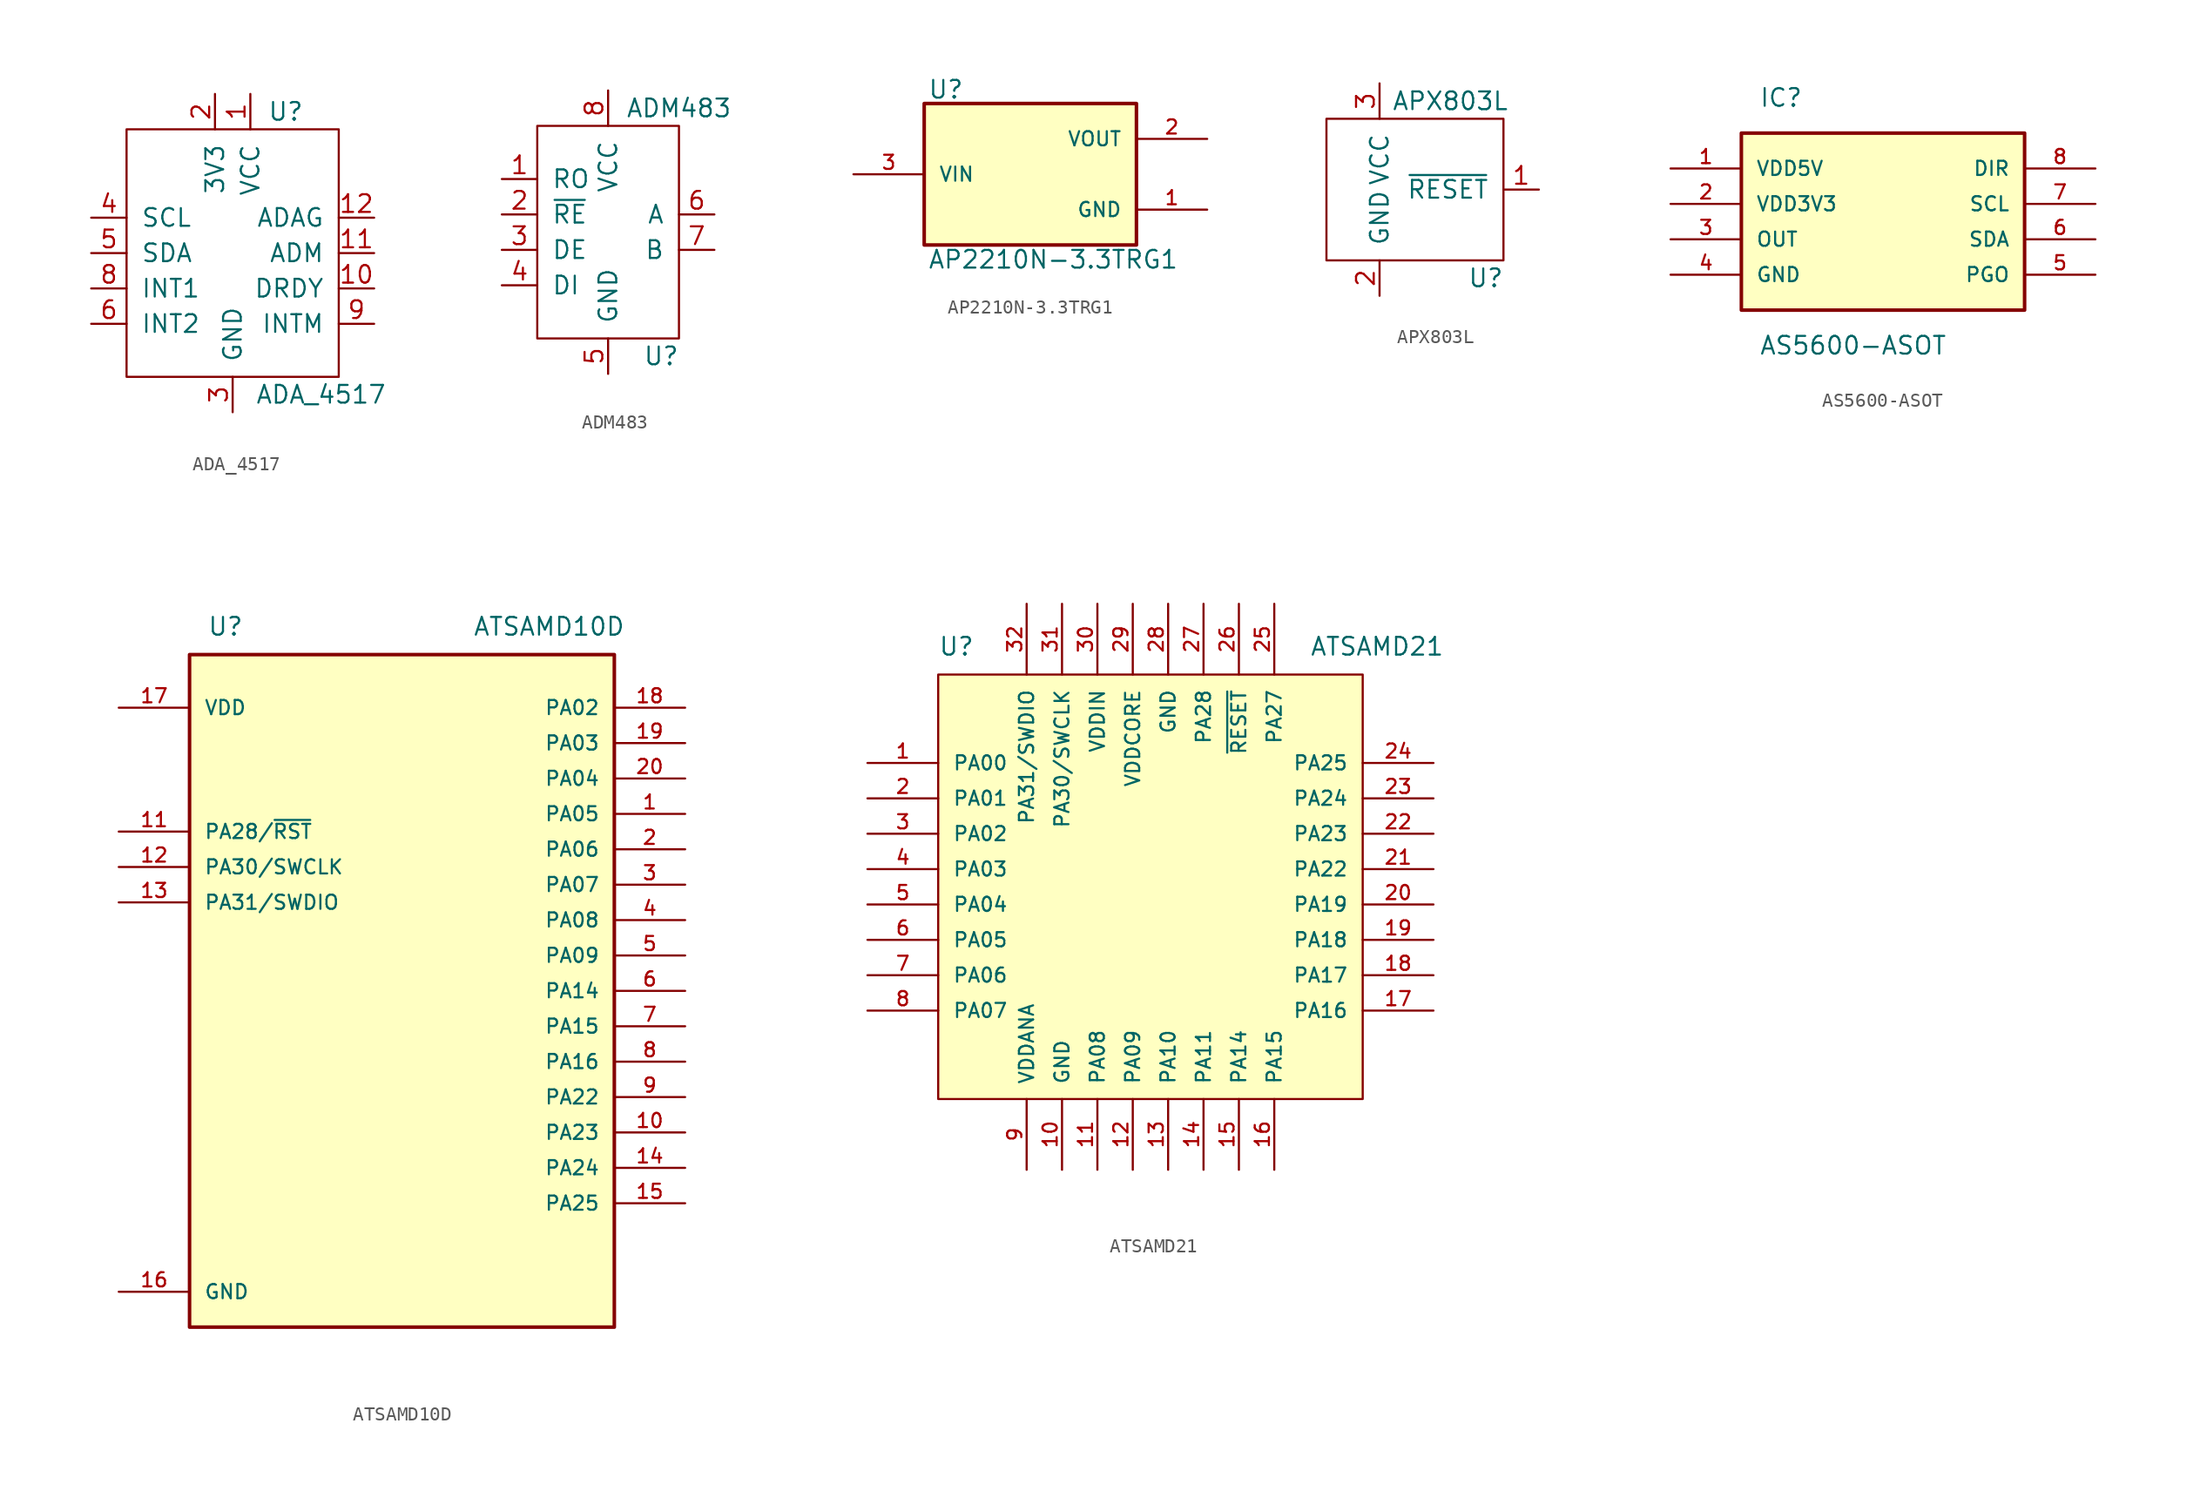
<source format=kicad_sym>
(kicad_symbol_lib
  (version 20220914)
  (generator kicad_symbol_editor)
  (symbol "ADA_4517"
    (pin_names
      (offset 1.016))
    (property "Reference" "U"
      (at 3.81 10.16 0)
      (effects (font (size 1.27 1.27))))
    (property "Value" "ADA_4517"
      (at 6.35 -10.16 0)
      (effects (font (size 1.27 1.27))))
    (symbol "ADA_4517_0_1"
      (rectangle (start -7.62 8.89) (end 7.62 -8.89) (stroke (width 0) (type default)) (fill (type none))))
    (symbol "ADA_4517_1_1"
      (pin input line (at 1.27 11.43 270) (length 2.54) (name "VCC" (effects (font (size 1.27 1.27)))) (number "1" (effects (font (size 1.27 1.27)))))
      (pin input line (at 10.16 -2.54 180) (length 2.54) (name "DRDY" (effects (font (size 1.27 1.27)))) (number "10" (effects (font (size 1.27 1.27)))))
      (pin input line (at 10.16 0 180) (length 2.54) (name "ADM" (effects (font (size 1.27 1.27)))) (number "11" (effects (font (size 1.27 1.27)))))
      (pin input line (at 10.16 2.54 180) (length 2.54) (name "ADAG" (effects (font (size 1.27 1.27)))) (number "12" (effects (font (size 1.27 1.27)))))
      (pin input line (at -1.27 11.43 270) (length 2.54) (name "3V3" (effects (font (size 1.27 1.27)))) (number "2" (effects (font (size 1.27 1.27)))))
      (pin input line (at 0 -11.43 90) (length 2.54) (name "GND" (effects (font (size 1.27 1.27)))) (number "3" (effects (font (size 1.27 1.27)))))
      (pin input line (at -10.16 2.54 0) (length 2.54) (name "SCL" (effects (font (size 1.27 1.27)))) (number "4" (effects (font (size 1.27 1.27)))))
      (pin input line (at -10.16 0 0) (length 2.54) (name "SDA" (effects (font (size 1.27 1.27)))) (number "5" (effects (font (size 1.27 1.27)))))
      (pin input line (at -10.16 -5.08 0) (length 2.54) (name "INT2" (effects (font (size 1.27 1.27)))) (number "6" (effects (font (size 1.27 1.27)))))
      (pin input line (at -10.16 -2.54 0) (length 2.54) (name "INT1" (effects (font (size 1.27 1.27)))) (number "8" (effects (font (size 1.27 1.27)))))
      (pin input line (at 10.16 -5.08 180) (length 2.54) (name "INTM" (effects (font (size 1.27 1.27)))) (number "9" (effects (font (size 1.27 1.27)))))))
  (symbol "ADM483"
    (pin_names
      (offset 1.016))
    (property "Reference" "U"
      (at 3.81 -8.89 0)
      (effects (font (size 1.27 1.27))))
    (property "Value" "ADM483"
      (at 5.08 8.89 0)
      (effects (font (size 1.27 1.27))))
    (symbol "ADM483_0_1"
      (rectangle (start -5.08 7.62) (end 5.08 -7.62) (stroke (width 0) (type default)) (fill (type none))))
    (symbol "ADM483_1_1"
      (pin output line (at -7.62 3.81 0) (length 2.54) (name "RO" (effects (font (size 1.27 1.27)))) (number "1" (effects (font (size 1.27 1.27)))))
      (pin input line (at -7.62 1.27 0) (length 2.54) (name "~{RE}" (effects (font (size 1.27 1.27)))) (number "2" (effects (font (size 1.27 1.27)))))
      (pin input line (at -7.62 -1.27 0) (length 2.54) (name "DE" (effects (font (size 1.27 1.27)))) (number "3" (effects (font (size 1.27 1.27)))))
      (pin input line (at -7.62 -3.81 0) (length 2.54) (name "DI" (effects (font (size 1.27 1.27)))) (number "4" (effects (font (size 1.27 1.27)))))
      (pin input line (at 0 -10.16 90) (length 2.54) (name "GND" (effects (font (size 1.27 1.27)))) (number "5" (effects (font (size 1.27 1.27)))))
      (pin input line (at 7.62 1.27 180) (length 2.54) (name "A" (effects (font (size 1.27 1.27)))) (number "6" (effects (font (size 1.27 1.27)))))
      (pin input line (at 7.62 -1.27 180) (length 2.54) (name "B" (effects (font (size 1.27 1.27)))) (number "7" (effects (font (size 1.27 1.27)))))
      (pin input line (at 0 10.16 270) (length 2.54) (name "VCC" (effects (font (size 1.27 1.27)))) (number "8" (effects (font (size 1.27 1.27)))))))
  (symbol "AP2210N-3.3TRG1"
    (pin_names
      (offset 1.016))
    (property "Reference" "U"
      (at -7.378 5.342 0)
      (effects (font (size 1.27 1.27)) (justify left bottom)))
    (property "Value" "AP2210N-3.3TRG1"
      (at -7.372 -6.864 0)
      (effects (font (size 1.27 1.27)) (justify left bottom)))
    (symbol "AP2210N-3.3TRG1_0_0"
      (rectangle (start -7.62 -5.08) (end 7.62 5.08) (stroke (width 0.254) (type default)) (fill (type background)))
      (pin power_in line (at 12.7 -2.54 180) (length 5.08) (name "GND" (effects (font (size 1.016 1.016)))) (number "1" (effects (font (size 1.016 1.016)))))
      (pin output line (at 12.7 2.54 180) (length 5.08) (name "VOUT" (effects (font (size 1.016 1.016)))) (number "2" (effects (font (size 1.016 1.016)))))
      (pin input line (at -12.7 0 0) (length 5.08) (name "VIN" (effects (font (size 1.016 1.016)))) (number "3" (effects (font (size 1.016 1.016)))))))
  (symbol "APX803L"
    (pin_names
      (offset 1.016))
    (property "Reference" "U"
      (at 7.62 -6.35 0)
      (effects (font (size 1.27 1.27))))
    (property "Value" "APX803L"
      (at 5.08 6.35 0)
      (effects (font (size 1.27 1.27))))
    (symbol "APX803L_0_1"
      (rectangle (start -3.81 -5.08) (end 8.89 5.08) (stroke (width 0) (type default)) (fill (type none))))
    (symbol "APX803L_1_1"
      (pin input line (at 11.43 0 180) (length 2.54) (name "~{RESET}" (effects (font (size 1.27 1.27)))) (number "1" (effects (font (size 1.27 1.27)))))
      (pin input line (at 0 -7.62 90) (length 2.54) (name "GND" (effects (font (size 1.27 1.27)))) (number "2" (effects (font (size 1.27 1.27)))))
      (pin input line (at 0 7.62 270) (length 2.54) (name "VCC" (effects (font (size 1.27 1.27)))) (number "3" (effects (font (size 1.27 1.27)))))))
  (symbol "AS5600-ASOT"
    (pin_names
      (offset 1.016))
    (property "Reference" "IC"
      (at 6.35 5.08 0)
      (effects (font (size 1.27 1.27)) (justify left)))
    (property "Value" "AS5600-ASOT"
      (at 6.35 -12.7 0)
      (effects (font (size 1.27 1.27)) (justify left)))
    (symbol "AS5600-ASOT_0_0"
      (rectangle (start 5.08 -10.16) (end 25.4 2.54) (stroke (width 0.254) (type default)) (fill (type background)))
      (pin bidirectional line (at 0 0 0) (length 5.08) (name "VDD5V" (effects (font (size 1.016 1.016)))) (number "1" (effects (font (size 1.016 1.016)))))
      (pin bidirectional line (at 0 -2.54 0) (length 5.08) (name "VDD3V3" (effects (font (size 1.016 1.016)))) (number "2" (effects (font (size 1.016 1.016)))))
      (pin bidirectional line (at 0 -5.08 0) (length 5.08) (name "OUT" (effects (font (size 1.016 1.016)))) (number "3" (effects (font (size 1.016 1.016)))))
      (pin bidirectional line (at 0 -7.62 0) (length 5.08) (name "GND" (effects (font (size 1.016 1.016)))) (number "4" (effects (font (size 1.016 1.016)))))
      (pin bidirectional line (at 30.48 -7.62 180) (length 5.08) (name "PGO" (effects (font (size 1.016 1.016)))) (number "5" (effects (font (size 1.016 1.016)))))
      (pin bidirectional line (at 30.48 -5.08 180) (length 5.08) (name "SDA" (effects (font (size 1.016 1.016)))) (number "6" (effects (font (size 1.016 1.016)))))
      (pin bidirectional line (at 30.48 -2.54 180) (length 5.08) (name "SCL" (effects (font (size 1.016 1.016)))) (number "7" (effects (font (size 1.016 1.016)))))
      (pin bidirectional line (at 30.48 0 180) (length 5.08) (name "DIR" (effects (font (size 1.016 1.016)))) (number "8" (effects (font (size 1.016 1.016)))))))
  (symbol "ATSAMD10D"
    (pin_names
      (offset 1.016))
    (property "Reference" "U"
      (at -13.97 24.13 0)
      (effects (font (size 1.27 1.27)) (justify left bottom)))
    (property "Value" "ATSAMD10D"
      (at 5.08 24.13 0)
      (effects (font (size 1.27 1.27)) (justify left bottom)))
    (symbol "ATSAMD10D_0_0"
      (rectangle (start -15.24 -25.4) (end 15.24 22.86) (stroke (width 0.254) (type default)) (fill (type background)))
      (pin bidirectional line (at 20.32 11.43 180) (length 5.08) (name "PA05" (effects (font (size 1.016 1.016)))) (number "1" (effects (font (size 1.016 1.016)))))
      (pin bidirectional line (at 20.32 -11.43 180) (length 5.08) (name "PA23" (effects (font (size 1.016 1.016)))) (number "10" (effects (font (size 1.016 1.016)))))
      (pin bidirectional line (at -20.32 10.16 0) (length 5.08) (name "PA28/~{RST}" (effects (font (size 1.016 1.016)))) (number "11" (effects (font (size 1.016 1.016)))))
      (pin bidirectional line (at -20.32 7.62 0) (length 5.08) (name "PA30/SWCLK" (effects (font (size 1.016 1.016)))) (number "12" (effects (font (size 1.016 1.016)))))
      (pin bidirectional line (at -20.32 5.08 0) (length 5.08) (name "PA31/SWDIO" (effects (font (size 1.016 1.016)))) (number "13" (effects (font (size 1.016 1.016)))))
      (pin bidirectional line (at 20.32 -13.97 180) (length 5.08) (name "PA24" (effects (font (size 1.016 1.016)))) (number "14" (effects (font (size 1.016 1.016)))))
      (pin bidirectional line (at 20.32 -16.51 180) (length 5.08) (name "PA25" (effects (font (size 1.016 1.016)))) (number "15" (effects (font (size 1.016 1.016)))))
      (pin power_in line (at -20.32 -22.86 0) (length 5.08) (name "GND" (effects (font (size 1.016 1.016)))) (number "16" (effects (font (size 1.016 1.016)))))
      (pin power_in line (at -20.32 19.05 0) (length 5.08) (name "VDD" (effects (font (size 1.016 1.016)))) (number "17" (effects (font (size 1.016 1.016)))))
      (pin bidirectional line (at 20.32 19.05 180) (length 5.08) (name "PA02" (effects (font (size 1.016 1.016)))) (number "18" (effects (font (size 1.016 1.016)))))
      (pin bidirectional line (at 20.32 16.51 180) (length 5.08) (name "PA03" (effects (font (size 1.016 1.016)))) (number "19" (effects (font (size 1.016 1.016)))))
      (pin bidirectional line (at 20.32 8.89 180) (length 5.08) (name "PA06" (effects (font (size 1.016 1.016)))) (number "2" (effects (font (size 1.016 1.016)))))
      (pin bidirectional line (at 20.32 13.97 180) (length 5.08) (name "PA04" (effects (font (size 1.016 1.016)))) (number "20" (effects (font (size 1.016 1.016)))))
      (pin bidirectional line (at 20.32 6.35 180) (length 5.08) (name "PA07" (effects (font (size 1.016 1.016)))) (number "3" (effects (font (size 1.016 1.016)))))
      (pin bidirectional line (at 20.32 3.81 180) (length 5.08) (name "PA08" (effects (font (size 1.016 1.016)))) (number "4" (effects (font (size 1.016 1.016)))))
      (pin bidirectional line (at 20.32 1.27 180) (length 5.08) (name "PA09" (effects (font (size 1.016 1.016)))) (number "5" (effects (font (size 1.016 1.016)))))
      (pin bidirectional line (at 20.32 -1.27 180) (length 5.08) (name "PA14" (effects (font (size 1.016 1.016)))) (number "6" (effects (font (size 1.016 1.016)))))
      (pin bidirectional line (at 20.32 -3.81 180) (length 5.08) (name "PA15" (effects (font (size 1.016 1.016)))) (number "7" (effects (font (size 1.016 1.016)))))
      (pin bidirectional line (at 20.32 -6.35 180) (length 5.08) (name "PA16" (effects (font (size 1.016 1.016)))) (number "8" (effects (font (size 1.016 1.016)))))
      (pin bidirectional line (at 20.32 -8.89 180) (length 5.08) (name "PA22" (effects (font (size 1.016 1.016)))) (number "9" (effects (font (size 1.016 1.016)))))))
  (symbol "ATSAMD21"
    (pin_names
      (offset 1.016))
    (property "Reference" "U"
      (at -15.24 16.51 0)
      (effects (font (size 1.27 1.27)) (justify left bottom)))
    (property "Value" "ATSAMD21"
      (at 11.43 16.51 0)
      (effects (font (size 1.27 1.27)) (justify left bottom)))
    (symbol "ATSAMD21_0_0"
      (pin bidirectional line (at -20.32 8.89 0) (length 5.08) (name "PA00" (effects (font (size 1.016 1.016)))) (number "1" (effects (font (size 1.016 1.016)))))
      (pin power_in line (at -6.35 -20.32 90) (length 5.08) (name "GND" (effects (font (size 1.016 1.016)))) (number "10" (effects (font (size 1.016 1.016)))))
      (pin bidirectional line (at -3.81 -20.32 90) (length 5.08) (name "PA08" (effects (font (size 1.016 1.016)))) (number "11" (effects (font (size 1.016 1.016)))))
      (pin bidirectional line (at -1.27 -20.32 90) (length 5.08) (name "PA09" (effects (font (size 1.016 1.016)))) (number "12" (effects (font (size 1.016 1.016)))))
      (pin bidirectional line (at 1.27 -20.32 90) (length 5.08) (name "PA10" (effects (font (size 1.016 1.016)))) (number "13" (effects (font (size 1.016 1.016)))))
      (pin bidirectional line (at 3.81 -20.32 90) (length 5.08) (name "PA11" (effects (font (size 1.016 1.016)))) (number "14" (effects (font (size 1.016 1.016)))))
      (pin bidirectional line (at 6.35 -20.32 90) (length 5.08) (name "PA14" (effects (font (size 1.016 1.016)))) (number "15" (effects (font (size 1.016 1.016)))))
      (pin bidirectional line (at 8.89 -20.32 90) (length 5.08) (name "PA15" (effects (font (size 1.016 1.016)))) (number "16" (effects (font (size 1.016 1.016)))))
      (pin bidirectional line (at 20.32 -8.89 180) (length 5.08) (name "PA16" (effects (font (size 1.016 1.016)))) (number "17" (effects (font (size 1.016 1.016)))))
      (pin bidirectional line (at 20.32 -6.35 180) (length 5.08) (name "PA17" (effects (font (size 1.016 1.016)))) (number "18" (effects (font (size 1.016 1.016)))))
      (pin bidirectional line (at 20.32 -3.81 180) (length 5.08) (name "PA18" (effects (font (size 1.016 1.016)))) (number "19" (effects (font (size 1.016 1.016)))))
      (pin bidirectional line (at -20.32 6.35 0) (length 5.08) (name "PA01" (effects (font (size 1.016 1.016)))) (number "2" (effects (font (size 1.016 1.016)))))
      (pin bidirectional line (at 20.32 -1.27 180) (length 5.08) (name "PA19" (effects (font (size 1.016 1.016)))) (number "20" (effects (font (size 1.016 1.016)))))
      (pin bidirectional line (at 20.32 1.27 180) (length 5.08) (name "PA22" (effects (font (size 1.016 1.016)))) (number "21" (effects (font (size 1.016 1.016)))))
      (pin bidirectional line (at 20.32 3.81 180) (length 5.08) (name "PA23" (effects (font (size 1.016 1.016)))) (number "22" (effects (font (size 1.016 1.016)))))
      (pin bidirectional line (at 20.32 6.35 180) (length 5.08) (name "PA24" (effects (font (size 1.016 1.016)))) (number "23" (effects (font (size 1.016 1.016)))))
      (pin bidirectional line (at 20.32 8.89 180) (length 5.08) (name "PA25" (effects (font (size 1.016 1.016)))) (number "24" (effects (font (size 1.016 1.016)))))
      (pin bidirectional line (at 8.89 20.32 270) (length 5.08) (name "PA27" (effects (font (size 1.016 1.016)))) (number "25" (effects (font (size 1.016 1.016)))))
      (pin bidirectional line (at 6.35 20.32 270) (length 5.08) (name "~{RESET}" (effects (font (size 1.016 1.016)))) (number "26" (effects (font (size 1.016 1.016)))))
      (pin bidirectional line (at 3.81 20.32 270) (length 5.08) (name "PA28" (effects (font (size 1.016 1.016)))) (number "27" (effects (font (size 1.016 1.016)))))
      (pin power_in line (at 1.27 20.32 270) (length 5.08) (name "GND" (effects (font (size 1.016 1.016)))) (number "28" (effects (font (size 1.016 1.016)))))
      (pin power_in line (at -1.27 20.32 270) (length 5.08) (name "VDDCORE" (effects (font (size 1.016 1.016)))) (number "29" (effects (font (size 1.016 1.016)))))
      (pin bidirectional line (at -20.32 3.81 0) (length 5.08) (name "PA02" (effects (font (size 1.016 1.016)))) (number "3" (effects (font (size 1.016 1.016)))))
      (pin power_in line (at -3.81 20.32 270) (length 5.08) (name "VDDIN" (effects (font (size 1.016 1.016)))) (number "30" (effects (font (size 1.016 1.016)))))
      (pin bidirectional line (at -6.35 20.32 270) (length 5.08) (name "PA30/SWCLK" (effects (font (size 1.016 1.016)))) (number "31" (effects (font (size 1.016 1.016)))))
      (pin bidirectional line (at -8.89 20.32 270) (length 5.08) (name "PA31/SWDIO" (effects (font (size 1.016 1.016)))) (number "32" (effects (font (size 1.016 1.016)))))
      (pin bidirectional line (at -20.32 1.27 0) (length 5.08) (name "PA03" (effects (font (size 1.016 1.016)))) (number "4" (effects (font (size 1.016 1.016)))))
      (pin bidirectional line (at -20.32 -1.27 0) (length 5.08) (name "PA04" (effects (font (size 1.016 1.016)))) (number "5" (effects (font (size 1.016 1.016)))))
      (pin bidirectional line (at -20.32 -3.81 0) (length 5.08) (name "PA05" (effects (font (size 1.016 1.016)))) (number "6" (effects (font (size 1.016 1.016)))))
      (pin bidirectional line (at -20.32 -6.35 0) (length 5.08) (name "PA06" (effects (font (size 1.016 1.016)))) (number "7" (effects (font (size 1.016 1.016)))))
      (pin bidirectional line (at -20.32 -8.89 0) (length 5.08) (name "PA07" (effects (font (size 1.016 1.016)))) (number "8" (effects (font (size 1.016 1.016)))))
      (pin power_in line (at -8.89 -20.32 90) (length 5.08) (name "VDDANA" (effects (font (size 1.016 1.016)))) (number "9" (effects (font (size 1.016 1.016))))))
    (symbol "ATSAMD21_0_1"
      (rectangle (start -15.24 15.24) (end 15.24 -15.24) (stroke (width 0) (type default)) (fill (type background))))))
</source>
